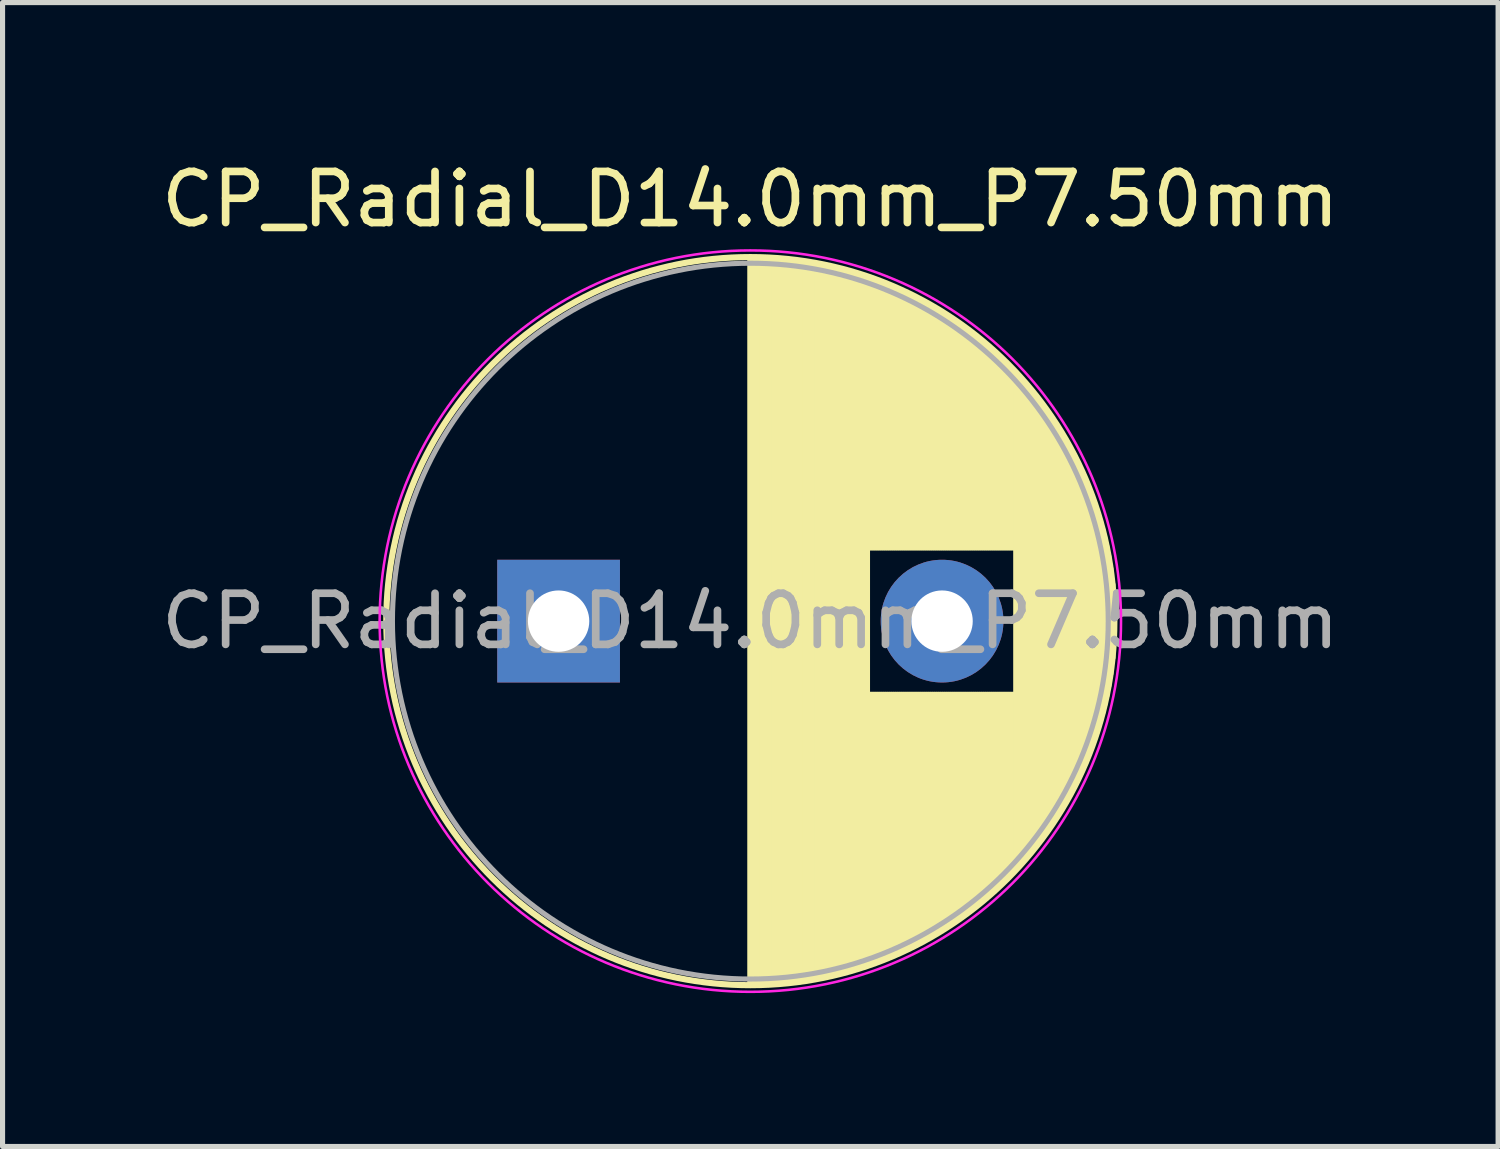
<source format=kicad_pcb>
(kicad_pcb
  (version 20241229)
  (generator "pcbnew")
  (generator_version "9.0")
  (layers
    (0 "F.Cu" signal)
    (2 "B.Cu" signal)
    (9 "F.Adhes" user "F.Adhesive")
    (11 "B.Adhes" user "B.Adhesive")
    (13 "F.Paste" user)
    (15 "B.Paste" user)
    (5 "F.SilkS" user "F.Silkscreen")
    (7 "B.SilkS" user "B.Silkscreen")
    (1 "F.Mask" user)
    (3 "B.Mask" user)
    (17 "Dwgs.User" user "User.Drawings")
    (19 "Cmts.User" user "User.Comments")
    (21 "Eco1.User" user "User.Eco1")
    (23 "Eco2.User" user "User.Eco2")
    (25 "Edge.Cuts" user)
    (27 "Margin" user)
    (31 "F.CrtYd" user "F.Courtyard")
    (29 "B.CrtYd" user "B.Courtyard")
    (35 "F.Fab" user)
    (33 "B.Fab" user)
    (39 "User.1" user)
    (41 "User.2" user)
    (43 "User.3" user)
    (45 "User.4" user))
  (footprint "CP_Radial_D14.0mm_P7.50mm"
    (layer "F.Cu")
    (at 7.875 9.098)
    (property "Reference" "CP_Radial_D14.0mm_P7.50mm" (at 3.75 -8.25 0) (layer "F.SilkS") (effects (font (size 1 1) (thickness 0.15))))
    (attr through_hole)
    (fp_line (start 3.75 -7.08) (end 3.75 7.08) (stroke (width 0.12) (type solid)) (layer "F.SilkS"))
    (fp_line (start 3.79 -7.08) (end 3.79 7.08) (stroke (width 0.12) (type solid)) (layer "F.SilkS"))
    (fp_line (start 3.83 -7.08) (end 3.83 7.08) (stroke (width 0.12) (type solid)) (layer "F.SilkS"))
    (fp_line (start 3.87 -7.079) (end 3.87 7.079) (stroke (width 0.12) (type solid)) (layer "F.SilkS"))
    (fp_line (start 3.91 -7.079) (end 3.91 7.079) (stroke (width 0.12) (type solid)) (layer "F.SilkS"))
    (fp_line (start 3.95 -7.078) (end 3.95 7.078) (stroke (width 0.12) (type solid)) (layer "F.SilkS"))
    (fp_line (start 3.99 -7.076) (end 3.99 7.076) (stroke (width 0.12) (type solid)) (layer "F.SilkS"))
    (fp_line (start 4.03 -7.075) (end 4.03 7.075) (stroke (width 0.12) (type solid)) (layer "F.SilkS"))
    (fp_line (start 4.07 -7.073) (end 4.07 7.073) (stroke (width 0.12) (type solid)) (layer "F.SilkS"))
    (fp_line (start 4.11 -7.071) (end 4.11 7.071) (stroke (width 0.12) (type solid)) (layer "F.SilkS"))
    (fp_line (start 4.15 -7.069) (end 4.15 7.069) (stroke (width 0.12) (type solid)) (layer "F.SilkS"))
    (fp_line (start 4.19 -7.067) (end 4.19 7.067) (stroke (width 0.12) (type solid)) (layer "F.SilkS"))
    (fp_line (start 4.23 -7.064) (end 4.23 7.064) (stroke (width 0.12) (type solid)) (layer "F.SilkS"))
    (fp_line (start 4.27 -7.061) (end 4.27 7.061) (stroke (width 0.12) (type solid)) (layer "F.SilkS"))
    (fp_line (start 4.31 -7.058) (end 4.31 7.058) (stroke (width 0.12) (type solid)) (layer "F.SilkS"))
    (fp_line (start 4.35 -7.055) (end 4.35 7.055) (stroke (width 0.12) (type solid)) (layer "F.SilkS"))
    (fp_line (start 4.39 -7.052) (end 4.39 7.052) (stroke (width 0.12) (type solid)) (layer "F.SilkS"))
    (fp_line (start 4.43 -7.048) (end 4.43 7.048) (stroke (width 0.12) (type solid)) (layer "F.SilkS"))
    (fp_line (start 4.471 -7.044) (end 4.471 7.044) (stroke (width 0.12) (type solid)) (layer "F.SilkS"))
    (fp_line (start 4.511 -7.04) (end 4.511 7.04) (stroke (width 0.12) (type solid)) (layer "F.SilkS"))
    (fp_line (start 4.551 -7.035) (end 4.551 7.035) (stroke (width 0.12) (type solid)) (layer "F.SilkS"))
    (fp_line (start 4.591 -7.031) (end 4.591 7.031) (stroke (width 0.12) (type solid)) (layer "F.SilkS"))
    (fp_line (start 4.631 -7.026) (end 4.631 7.026) (stroke (width 0.12) (type solid)) (layer "F.SilkS"))
    (fp_line (start 4.671 -7.021) (end 4.671 7.021) (stroke (width 0.12) (type solid)) (layer "F.SilkS"))
    (fp_line (start 4.711 -7.015) (end 4.711 7.015) (stroke (width 0.12) (type solid)) (layer "F.SilkS"))
    (fp_line (start 4.751 -7.01) (end 4.751 7.01) (stroke (width 0.12) (type solid)) (layer "F.SilkS"))
    (fp_line (start 4.791 -7.004) (end 4.791 7.004) (stroke (width 0.12) (type solid)) (layer "F.SilkS"))
    (fp_line (start 4.831 -6.998) (end 4.831 6.998) (stroke (width 0.12) (type solid)) (layer "F.SilkS"))
    (fp_line (start 4.871 -6.992) (end 4.871 6.992) (stroke (width 0.12) (type solid)) (layer "F.SilkS"))
    (fp_line (start 4.911 -6.985) (end 4.911 6.985) (stroke (width 0.12) (type solid)) (layer "F.SilkS"))
    (fp_line (start 4.951 -6.979) (end 4.951 6.979) (stroke (width 0.12) (type solid)) (layer "F.SilkS"))
    (fp_line (start 4.991 -6.972) (end 4.991 6.972) (stroke (width 0.12) (type solid)) (layer "F.SilkS"))
    (fp_line (start 5.031 -6.964) (end 5.031 6.964) (stroke (width 0.12) (type solid)) (layer "F.SilkS"))
    (fp_line (start 5.071 -6.957) (end 5.071 6.957) (stroke (width 0.12) (type solid)) (layer "F.SilkS"))
    (fp_line (start 5.111 -6.949) (end 5.111 6.949) (stroke (width 0.12) (type solid)) (layer "F.SilkS"))
    (fp_line (start 5.151 -6.942) (end 5.151 6.942) (stroke (width 0.12) (type solid)) (layer "F.SilkS"))
    (fp_line (start 5.191 -6.933) (end 5.191 6.933) (stroke (width 0.12) (type solid)) (layer "F.SilkS"))
    (fp_line (start 5.231 -6.925) (end 5.231 6.925) (stroke (width 0.12) (type solid)) (layer "F.SilkS"))
    (fp_line (start 5.271 -6.916) (end 5.271 6.916) (stroke (width 0.12) (type solid)) (layer "F.SilkS"))
    (fp_line (start 5.311 -6.907) (end 5.311 6.907) (stroke (width 0.12) (type solid)) (layer "F.SilkS"))
    (fp_line (start 5.351 -6.898) (end 5.351 6.898) (stroke (width 0.12) (type solid)) (layer "F.SilkS"))
    (fp_line (start 5.391 -6.889) (end 5.391 6.889) (stroke (width 0.12) (type solid)) (layer "F.SilkS"))
    (fp_line (start 5.431 -6.879) (end 5.431 6.879) (stroke (width 0.12) (type solid)) (layer "F.SilkS"))
    (fp_line (start 5.471 -6.87) (end 5.471 6.87) (stroke (width 0.12) (type solid)) (layer "F.SilkS"))
    (fp_line (start 5.511 -6.86) (end 5.511 6.86) (stroke (width 0.12) (type solid)) (layer "F.SilkS"))
    (fp_line (start 5.551 -6.849) (end 5.551 6.849) (stroke (width 0.12) (type solid)) (layer "F.SilkS"))
    (fp_line (start 5.591 -6.839) (end 5.591 6.839) (stroke (width 0.12) (type solid)) (layer "F.SilkS"))
    (fp_line (start 5.631 -6.828) (end 5.631 6.828) (stroke (width 0.12) (type solid)) (layer "F.SilkS"))
    (fp_line (start 5.671 -6.817) (end 5.671 6.817) (stroke (width 0.12) (type solid)) (layer "F.SilkS"))
    (fp_line (start 5.711 -6.805) (end 5.711 6.805) (stroke (width 0.12) (type solid)) (layer "F.SilkS"))
    (fp_line (start 5.751 -6.794) (end 5.751 6.794) (stroke (width 0.12) (type solid)) (layer "F.SilkS"))
    (fp_line (start 5.791 -6.782) (end 5.791 6.782) (stroke (width 0.12) (type solid)) (layer "F.SilkS"))
    (fp_line (start 5.831 -6.77) (end 5.831 6.77) (stroke (width 0.12) (type solid)) (layer "F.SilkS"))
    (fp_line (start 5.871 -6.758) (end 5.871 6.758) (stroke (width 0.12) (type solid)) (layer "F.SilkS"))
    (fp_line (start 5.911 -6.745) (end 5.911 6.745) (stroke (width 0.12) (type solid)) (layer "F.SilkS"))
    (fp_line (start 5.951 -6.732) (end 5.951 6.732) (stroke (width 0.12) (type solid)) (layer "F.SilkS"))
    (fp_line (start 5.991 -6.719) (end 5.991 6.719) (stroke (width 0.12) (type solid)) (layer "F.SilkS"))
    (fp_line (start 6.031 -6.706) (end 6.031 6.706) (stroke (width 0.12) (type solid)) (layer "F.SilkS"))
    (fp_line (start 6.071 -6.692) (end 6.071 -1.44) (stroke (width 0.12) (type solid)) (layer "F.SilkS"))
    (fp_line (start 6.071 1.44) (end 6.071 6.692) (stroke (width 0.12) (type solid)) (layer "F.SilkS"))
    (fp_line (start 6.111 -6.678) (end 6.111 -1.44) (stroke (width 0.12) (type solid)) (layer "F.SilkS"))
    (fp_line (start 6.111 1.44) (end 6.111 6.678) (stroke (width 0.12) (type solid)) (layer "F.SilkS"))
    (fp_line (start 6.151 -6.664) (end 6.151 -1.44) (stroke (width 0.12) (type solid)) (layer "F.SilkS"))
    (fp_line (start 6.151 1.44) (end 6.151 6.664) (stroke (width 0.12) (type solid)) (layer "F.SilkS"))
    (fp_line (start 6.191 -6.649) (end 6.191 -1.44) (stroke (width 0.12) (type solid)) (layer "F.SilkS"))
    (fp_line (start 6.191 1.44) (end 6.191 6.649) (stroke (width 0.12) (type solid)) (layer "F.SilkS"))
    (fp_line (start 6.231 -6.635) (end 6.231 -1.44) (stroke (width 0.12) (type solid)) (layer "F.SilkS"))
    (fp_line (start 6.231 1.44) (end 6.231 6.635) (stroke (width 0.12) (type solid)) (layer "F.SilkS"))
    (fp_line (start 6.271 -6.62) (end 6.271 -1.44) (stroke (width 0.12) (type solid)) (layer "F.SilkS"))
    (fp_line (start 6.271 1.44) (end 6.271 6.62) (stroke (width 0.12) (type solid)) (layer "F.SilkS"))
    (fp_line (start 6.311 -6.604) (end 6.311 -1.44) (stroke (width 0.12) (type solid)) (layer "F.SilkS"))
    (fp_line (start 6.311 1.44) (end 6.311 6.604) (stroke (width 0.12) (type solid)) (layer "F.SilkS"))
    (fp_line (start 6.351 -6.589) (end 6.351 -1.44) (stroke (width 0.12) (type solid)) (layer "F.SilkS"))
    (fp_line (start 6.351 1.44) (end 6.351 6.589) (stroke (width 0.12) (type solid)) (layer "F.SilkS"))
    (fp_line (start 6.391 -6.573) (end 6.391 -1.44) (stroke (width 0.12) (type solid)) (layer "F.SilkS"))
    (fp_line (start 6.391 1.44) (end 6.391 6.573) (stroke (width 0.12) (type solid)) (layer "F.SilkS"))
    (fp_line (start 6.431 -6.557) (end 6.431 -1.44) (stroke (width 0.12) (type solid)) (layer "F.SilkS"))
    (fp_line (start 6.431 1.44) (end 6.431 6.557) (stroke (width 0.12) (type solid)) (layer "F.SilkS"))
    (fp_line (start 6.471 -6.54) (end 6.471 -1.44) (stroke (width 0.12) (type solid)) (layer "F.SilkS"))
    (fp_line (start 6.471 1.44) (end 6.471 6.54) (stroke (width 0.12) (type solid)) (layer "F.SilkS"))
    (fp_line (start 6.511 -6.524) (end 6.511 -1.44) (stroke (width 0.12) (type solid)) (layer "F.SilkS"))
    (fp_line (start 6.511 1.44) (end 6.511 6.524) (stroke (width 0.12) (type solid)) (layer "F.SilkS"))
    (fp_line (start 6.551 -6.507) (end 6.551 -1.44) (stroke (width 0.12) (type solid)) (layer "F.SilkS"))
    (fp_line (start 6.551 1.44) (end 6.551 6.507) (stroke (width 0.12) (type solid)) (layer "F.SilkS"))
    (fp_line (start 6.591 -6.49) (end 6.591 -1.44) (stroke (width 0.12) (type solid)) (layer "F.SilkS"))
    (fp_line (start 6.591 1.44) (end 6.591 6.49) (stroke (width 0.12) (type solid)) (layer "F.SilkS"))
    (fp_line (start 6.631 -6.472) (end 6.631 -1.44) (stroke (width 0.12) (type solid)) (layer "F.SilkS"))
    (fp_line (start 6.631 1.44) (end 6.631 6.472) (stroke (width 0.12) (type solid)) (layer "F.SilkS"))
    (fp_line (start 6.671 -6.454) (end 6.671 -1.44) (stroke (width 0.12) (type solid)) (layer "F.SilkS"))
    (fp_line (start 6.671 1.44) (end 6.671 6.454) (stroke (width 0.12) (type solid)) (layer "F.SilkS"))
    (fp_line (start 6.711 -6.436) (end 6.711 -1.44) (stroke (width 0.12) (type solid)) (layer "F.SilkS"))
    (fp_line (start 6.711 1.44) (end 6.711 6.436) (stroke (width 0.12) (type solid)) (layer "F.SilkS"))
    (fp_line (start 6.751 -6.418) (end 6.751 -1.44) (stroke (width 0.12) (type solid)) (layer "F.SilkS"))
    (fp_line (start 6.751 1.44) (end 6.751 6.418) (stroke (width 0.12) (type solid)) (layer "F.SilkS"))
    (fp_line (start 6.791 -6.399) (end 6.791 -1.44) (stroke (width 0.12) (type solid)) (layer "F.SilkS"))
    (fp_line (start 6.791 1.44) (end 6.791 6.399) (stroke (width 0.12) (type solid)) (layer "F.SilkS"))
    (fp_line (start 6.831 -6.38) (end 6.831 -1.44) (stroke (width 0.12) (type solid)) (layer "F.SilkS"))
    (fp_line (start 6.831 1.44) (end 6.831 6.38) (stroke (width 0.12) (type solid)) (layer "F.SilkS"))
    (fp_line (start 6.871 -6.36) (end 6.871 -1.44) (stroke (width 0.12) (type solid)) (layer "F.SilkS"))
    (fp_line (start 6.871 1.44) (end 6.871 6.36) (stroke (width 0.12) (type solid)) (layer "F.SilkS"))
    (fp_line (start 6.911 -6.341) (end 6.911 -1.44) (stroke (width 0.12) (type solid)) (layer "F.SilkS"))
    (fp_line (start 6.911 1.44) (end 6.911 6.341) (stroke (width 0.12) (type solid)) (layer "F.SilkS"))
    (fp_line (start 6.951 -6.321) (end 6.951 -1.44) (stroke (width 0.12) (type solid)) (layer "F.SilkS"))
    (fp_line (start 6.951 1.44) (end 6.951 6.321) (stroke (width 0.12) (type solid)) (layer "F.SilkS"))
    (fp_line (start 6.991 -6.301) (end 6.991 -1.44) (stroke (width 0.12) (type solid)) (layer "F.SilkS"))
    (fp_line (start 6.991 1.44) (end 6.991 6.301) (stroke (width 0.12) (type solid)) (layer "F.SilkS"))
    (fp_line (start 7.031 -6.28) (end 7.031 -1.44) (stroke (width 0.12) (type solid)) (layer "F.SilkS"))
    (fp_line (start 7.031 1.44) (end 7.031 6.28) (stroke (width 0.12) (type solid)) (layer "F.SilkS"))
    (fp_line (start 7.071 -6.259) (end 7.071 -1.44) (stroke (width 0.12) (type solid)) (layer "F.SilkS"))
    (fp_line (start 7.071 1.44) (end 7.071 6.259) (stroke (width 0.12) (type solid)) (layer "F.SilkS"))
    (fp_line (start 7.111 -6.238) (end 7.111 -1.44) (stroke (width 0.12) (type solid)) (layer "F.SilkS"))
    (fp_line (start 7.111 1.44) (end 7.111 6.238) (stroke (width 0.12) (type solid)) (layer "F.SilkS"))
    (fp_line (start 7.151 -6.216) (end 7.151 -1.44) (stroke (width 0.12) (type solid)) (layer "F.SilkS"))
    (fp_line (start 7.151 1.44) (end 7.151 6.216) (stroke (width 0.12) (type solid)) (layer "F.SilkS"))
    (fp_line (start 7.191 -6.194) (end 7.191 -1.44) (stroke (width 0.12) (type solid)) (layer "F.SilkS"))
    (fp_line (start 7.191 1.44) (end 7.191 6.194) (stroke (width 0.12) (type solid)) (layer "F.SilkS"))
    (fp_line (start 7.231 -6.172) (end 7.231 -1.44) (stroke (width 0.12) (type solid)) (layer "F.SilkS"))
    (fp_line (start 7.231 1.44) (end 7.231 6.172) (stroke (width 0.12) (type solid)) (layer "F.SilkS"))
    (fp_line (start 7.271 -6.15) (end 7.271 -1.44) (stroke (width 0.12) (type solid)) (layer "F.SilkS"))
    (fp_line (start 7.271 1.44) (end 7.271 6.15) (stroke (width 0.12) (type solid)) (layer "F.SilkS"))
    (fp_line (start 7.311 -6.127) (end 7.311 -1.44) (stroke (width 0.12) (type solid)) (layer "F.SilkS"))
    (fp_line (start 7.311 1.44) (end 7.311 6.127) (stroke (width 0.12) (type solid)) (layer "F.SilkS"))
    (fp_line (start 7.351 -6.103) (end 7.351 -1.44) (stroke (width 0.12) (type solid)) (layer "F.SilkS"))
    (fp_line (start 7.351 1.44) (end 7.351 6.103) (stroke (width 0.12) (type solid)) (layer "F.SilkS"))
    (fp_line (start 7.391 -6.08) (end 7.391 -1.44) (stroke (width 0.12) (type solid)) (layer "F.SilkS"))
    (fp_line (start 7.391 1.44) (end 7.391 6.08) (stroke (width 0.12) (type solid)) (layer "F.SilkS"))
    (fp_line (start 7.431 -6.056) (end 7.431 -1.44) (stroke (width 0.12) (type solid)) (layer "F.SilkS"))
    (fp_line (start 7.431 1.44) (end 7.431 6.056) (stroke (width 0.12) (type solid)) (layer "F.SilkS"))
    (fp_line (start 7.471 -6.031) (end 7.471 -1.44) (stroke (width 0.12) (type solid)) (layer "F.SilkS"))
    (fp_line (start 7.471 1.44) (end 7.471 6.031) (stroke (width 0.12) (type solid)) (layer "F.SilkS"))
    (fp_line (start 7.511 -6.007) (end 7.511 -1.44) (stroke (width 0.12) (type solid)) (layer "F.SilkS"))
    (fp_line (start 7.511 1.44) (end 7.511 6.007) (stroke (width 0.12) (type solid)) (layer "F.SilkS"))
    (fp_line (start 7.551 -5.982) (end 7.551 -1.44) (stroke (width 0.12) (type solid)) (layer "F.SilkS"))
    (fp_line (start 7.551 1.44) (end 7.551 5.982) (stroke (width 0.12) (type solid)) (layer "F.SilkS"))
    (fp_line (start 7.591 -5.956) (end 7.591 -1.44) (stroke (width 0.12) (type solid)) (layer "F.SilkS"))
    (fp_line (start 7.591 1.44) (end 7.591 5.956) (stroke (width 0.12) (type solid)) (layer "F.SilkS"))
    (fp_line (start 7.631 -5.93) (end 7.631 -1.44) (stroke (width 0.12) (type solid)) (layer "F.SilkS"))
    (fp_line (start 7.631 1.44) (end 7.631 5.93) (stroke (width 0.12) (type solid)) (layer "F.SilkS"))
    (fp_line (start 7.671 -5.904) (end 7.671 -1.44) (stroke (width 0.12) (type solid)) (layer "F.SilkS"))
    (fp_line (start 7.671 1.44) (end 7.671 5.904) (stroke (width 0.12) (type solid)) (layer "F.SilkS"))
    (fp_line (start 7.711 -5.878) (end 7.711 -1.44) (stroke (width 0.12) (type solid)) (layer "F.SilkS"))
    (fp_line (start 7.711 1.44) (end 7.711 5.878) (stroke (width 0.12) (type solid)) (layer "F.SilkS"))
    (fp_line (start 7.751 -5.851) (end 7.751 -1.44) (stroke (width 0.12) (type solid)) (layer "F.SilkS"))
    (fp_line (start 7.751 1.44) (end 7.751 5.851) (stroke (width 0.12) (type solid)) (layer "F.SilkS"))
    (fp_line (start 7.791 -5.823) (end 7.791 -1.44) (stroke (width 0.12) (type solid)) (layer "F.SilkS"))
    (fp_line (start 7.791 1.44) (end 7.791 5.823) (stroke (width 0.12) (type solid)) (layer "F.SilkS"))
    (fp_line (start 7.831 -5.796) (end 7.831 -1.44) (stroke (width 0.12) (type solid)) (layer "F.SilkS"))
    (fp_line (start 7.831 1.44) (end 7.831 5.796) (stroke (width 0.12) (type solid)) (layer "F.SilkS"))
    (fp_line (start 7.871 -5.767) (end 7.871 -1.44) (stroke (width 0.12) (type solid)) (layer "F.SilkS"))
    (fp_line (start 7.871 1.44) (end 7.871 5.767) (stroke (width 0.12) (type solid)) (layer "F.SilkS"))
    (fp_line (start 7.911 -5.739) (end 7.911 -1.44) (stroke (width 0.12) (type solid)) (layer "F.SilkS"))
    (fp_line (start 7.911 1.44) (end 7.911 5.739) (stroke (width 0.12) (type solid)) (layer "F.SilkS"))
    (fp_line (start 7.951 -5.71) (end 7.951 -1.44) (stroke (width 0.12) (type solid)) (layer "F.SilkS"))
    (fp_line (start 7.951 1.44) (end 7.951 5.71) (stroke (width 0.12) (type solid)) (layer "F.SilkS"))
    (fp_line (start 7.991 -5.68) (end 7.991 -1.44) (stroke (width 0.12) (type solid)) (layer "F.SilkS"))
    (fp_line (start 7.991 1.44) (end 7.991 5.68) (stroke (width 0.12) (type solid)) (layer "F.SilkS"))
    (fp_line (start 8.031 -5.65) (end 8.031 -1.44) (stroke (width 0.12) (type solid)) (layer "F.SilkS"))
    (fp_line (start 8.031 1.44) (end 8.031 5.65) (stroke (width 0.12) (type solid)) (layer "F.SilkS"))
    (fp_line (start 8.071 -5.62) (end 8.071 -1.44) (stroke (width 0.12) (type solid)) (layer "F.SilkS"))
    (fp_line (start 8.071 1.44) (end 8.071 5.62) (stroke (width 0.12) (type solid)) (layer "F.SilkS"))
    (fp_line (start 8.111 -5.589) (end 8.111 -1.44) (stroke (width 0.12) (type solid)) (layer "F.SilkS"))
    (fp_line (start 8.111 1.44) (end 8.111 5.589) (stroke (width 0.12) (type solid)) (layer "F.SilkS"))
    (fp_line (start 8.151 -5.558) (end 8.151 -1.44) (stroke (width 0.12) (type solid)) (layer "F.SilkS"))
    (fp_line (start 8.151 1.44) (end 8.151 5.558) (stroke (width 0.12) (type solid)) (layer "F.SilkS"))
    (fp_line (start 8.191 -5.527) (end 8.191 -1.44) (stroke (width 0.12) (type solid)) (layer "F.SilkS"))
    (fp_line (start 8.191 1.44) (end 8.191 5.527) (stroke (width 0.12) (type solid)) (layer "F.SilkS"))
    (fp_line (start 8.231 -5.494) (end 8.231 -1.44) (stroke (width 0.12) (type solid)) (layer "F.SilkS"))
    (fp_line (start 8.231 1.44) (end 8.231 5.494) (stroke (width 0.12) (type solid)) (layer "F.SilkS"))
    (fp_line (start 8.271 -5.462) (end 8.271 -1.44) (stroke (width 0.12) (type solid)) (layer "F.SilkS"))
    (fp_line (start 8.271 1.44) (end 8.271 5.462) (stroke (width 0.12) (type solid)) (layer "F.SilkS"))
    (fp_line (start 8.311 -5.429) (end 8.311 -1.44) (stroke (width 0.12) (type solid)) (layer "F.SilkS"))
    (fp_line (start 8.311 1.44) (end 8.311 5.429) (stroke (width 0.12) (type solid)) (layer "F.SilkS"))
    (fp_line (start 8.351 -5.395) (end 8.351 -1.44) (stroke (width 0.12) (type solid)) (layer "F.SilkS"))
    (fp_line (start 8.351 1.44) (end 8.351 5.395) (stroke (width 0.12) (type solid)) (layer "F.SilkS"))
    (fp_line (start 8.391 -5.361) (end 8.391 -1.44) (stroke (width 0.12) (type solid)) (layer "F.SilkS"))
    (fp_line (start 8.391 1.44) (end 8.391 5.361) (stroke (width 0.12) (type solid)) (layer "F.SilkS"))
    (fp_line (start 8.431 -5.326) (end 8.431 -1.44) (stroke (width 0.12) (type solid)) (layer "F.SilkS"))
    (fp_line (start 8.431 1.44) (end 8.431 5.326) (stroke (width 0.12) (type solid)) (layer "F.SilkS"))
    (fp_line (start 8.471 -5.291) (end 8.471 -1.44) (stroke (width 0.12) (type solid)) (layer "F.SilkS"))
    (fp_line (start 8.471 1.44) (end 8.471 5.291) (stroke (width 0.12) (type solid)) (layer "F.SilkS"))
    (fp_line (start 8.511 -5.255) (end 8.511 -1.44) (stroke (width 0.12) (type solid)) (layer "F.SilkS"))
    (fp_line (start 8.511 1.44) (end 8.511 5.255) (stroke (width 0.12) (type solid)) (layer "F.SilkS"))
    (fp_line (start 8.551 -5.219) (end 8.551 -1.44) (stroke (width 0.12) (type solid)) (layer "F.SilkS"))
    (fp_line (start 8.551 1.44) (end 8.551 5.219) (stroke (width 0.12) (type solid)) (layer "F.SilkS"))
    (fp_line (start 8.591 -5.182) (end 8.591 -1.44) (stroke (width 0.12) (type solid)) (layer "F.SilkS"))
    (fp_line (start 8.591 1.44) (end 8.591 5.182) (stroke (width 0.12) (type solid)) (layer "F.SilkS"))
    (fp_line (start 8.631 -5.145) (end 8.631 -1.44) (stroke (width 0.12) (type solid)) (layer "F.SilkS"))
    (fp_line (start 8.631 1.44) (end 8.631 5.145) (stroke (width 0.12) (type solid)) (layer "F.SilkS"))
    (fp_line (start 8.671 -5.107) (end 8.671 -1.44) (stroke (width 0.12) (type solid)) (layer "F.SilkS"))
    (fp_line (start 8.671 1.44) (end 8.671 5.107) (stroke (width 0.12) (type solid)) (layer "F.SilkS"))
    (fp_line (start 8.711 -5.069) (end 8.711 -1.44) (stroke (width 0.12) (type solid)) (layer "F.SilkS"))
    (fp_line (start 8.711 1.44) (end 8.711 5.069) (stroke (width 0.12) (type solid)) (layer "F.SilkS"))
    (fp_line (start 8.751 -5.029) (end 8.751 -1.44) (stroke (width 0.12) (type solid)) (layer "F.SilkS"))
    (fp_line (start 8.751 1.44) (end 8.751 5.029) (stroke (width 0.12) (type solid)) (layer "F.SilkS"))
    (fp_line (start 8.791 -4.99) (end 8.791 -1.44) (stroke (width 0.12) (type solid)) (layer "F.SilkS"))
    (fp_line (start 8.791 1.44) (end 8.791 4.99) (stroke (width 0.12) (type solid)) (layer "F.SilkS"))
    (fp_line (start 8.831 -4.949) (end 8.831 -1.44) (stroke (width 0.12) (type solid)) (layer "F.SilkS"))
    (fp_line (start 8.831 1.44) (end 8.831 4.949) (stroke (width 0.12) (type solid)) (layer "F.SilkS"))
    (fp_line (start 8.871 -4.908) (end 8.871 -1.44) (stroke (width 0.12) (type solid)) (layer "F.SilkS"))
    (fp_line (start 8.871 1.44) (end 8.871 4.908) (stroke (width 0.12) (type solid)) (layer "F.SilkS"))
    (fp_line (start 8.911 -4.866) (end 8.911 -1.44) (stroke (width 0.12) (type solid)) (layer "F.SilkS"))
    (fp_line (start 8.911 1.44) (end 8.911 4.866) (stroke (width 0.12) (type solid)) (layer "F.SilkS"))
    (fp_line (start 8.951 -4.824) (end 8.951 4.824) (stroke (width 0.12) (type solid)) (layer "F.SilkS"))
    (fp_line (start 8.991 -4.781) (end 8.991 4.781) (stroke (width 0.12) (type solid)) (layer "F.SilkS"))
    (fp_line (start 9.031 -4.737) (end 9.031 4.737) (stroke (width 0.12) (type solid)) (layer "F.SilkS"))
    (fp_line (start 9.071 -4.693) (end 9.071 4.693) (stroke (width 0.12) (type solid)) (layer "F.SilkS"))
    (fp_line (start 9.111 -4.647) (end 9.111 4.647) (stroke (width 0.12) (type solid)) (layer "F.SilkS"))
    (fp_line (start 9.151 -4.601) (end 9.151 4.601) (stroke (width 0.12) (type solid)) (layer "F.SilkS"))
    (fp_line (start 9.191 -4.554) (end 9.191 4.554) (stroke (width 0.12) (type solid)) (layer "F.SilkS"))
    (fp_line (start 9.231 -4.506) (end 9.231 4.506) (stroke (width 0.12) (type solid)) (layer "F.SilkS"))
    (fp_line (start 9.271 -4.458) (end 9.271 4.458) (stroke (width 0.12) (type solid)) (layer "F.SilkS"))
    (fp_line (start 9.311 -4.408) (end 9.311 4.408) (stroke (width 0.12) (type solid)) (layer "F.SilkS"))
    (fp_line (start 9.351 -4.358) (end 9.351 4.358) (stroke (width 0.12) (type solid)) (layer "F.SilkS"))
    (fp_line (start 9.391 -4.306) (end 9.391 4.306) (stroke (width 0.12) (type solid)) (layer "F.SilkS"))
    (fp_line (start 9.431 -4.254) (end 9.431 4.254) (stroke (width 0.12) (type solid)) (layer "F.SilkS"))
    (fp_line (start 9.471 -4.2) (end 9.471 4.2) (stroke (width 0.12) (type solid)) (layer "F.SilkS"))
    (fp_line (start 9.511 -4.146) (end 9.511 4.146) (stroke (width 0.12) (type solid)) (layer "F.SilkS"))
    (fp_line (start 9.551 -4.09) (end 9.551 4.09) (stroke (width 0.12) (type solid)) (layer "F.SilkS"))
    (fp_line (start 9.591 -4.033) (end 9.591 4.033) (stroke (width 0.12) (type solid)) (layer "F.SilkS"))
    (fp_line (start 9.631 -3.975) (end 9.631 3.975) (stroke (width 0.12) (type solid)) (layer "F.SilkS"))
    (fp_line (start 9.671 -3.916) (end 9.671 3.916) (stroke (width 0.12) (type solid)) (layer "F.SilkS"))
    (fp_line (start 9.711 -3.856) (end 9.711 3.856) (stroke (width 0.12) (type solid)) (layer "F.SilkS"))
    (fp_line (start 9.751 -3.794) (end 9.751 3.794) (stroke (width 0.12) (type solid)) (layer "F.SilkS"))
    (fp_line (start 9.791 -3.73) (end 9.791 3.73) (stroke (width 0.12) (type solid)) (layer "F.SilkS"))
    (fp_line (start 9.831 -3.666) (end 9.831 3.666) (stroke (width 0.12) (type solid)) (layer "F.SilkS"))
    (fp_line (start 9.871 -3.599) (end 9.871 3.599) (stroke (width 0.12) (type solid)) (layer "F.SilkS"))
    (fp_line (start 9.911 -3.531) (end 9.911 3.531) (stroke (width 0.12) (type solid)) (layer "F.SilkS"))
    (fp_line (start 9.951 -3.461) (end 9.951 3.461) (stroke (width 0.12) (type solid)) (layer "F.SilkS"))
    (fp_line (start 9.991 -3.389) (end 9.991 3.389) (stroke (width 0.12) (type solid)) (layer "F.SilkS"))
    (fp_line (start 10.031 -3.315) (end 10.031 3.315) (stroke (width 0.12) (type solid)) (layer "F.SilkS"))
    (fp_line (start 10.071 -3.24) (end 10.071 3.24) (stroke (width 0.12) (type solid)) (layer "F.SilkS"))
    (fp_line (start 10.111 -3.161) (end 10.111 3.161) (stroke (width 0.12) (type solid)) (layer "F.SilkS"))
    (fp_line (start 10.151 -3.08) (end 10.151 3.08) (stroke (width 0.12) (type solid)) (layer "F.SilkS"))
    (fp_line (start 10.191 -2.997) (end 10.191 2.997) (stroke (width 0.12) (type solid)) (layer "F.SilkS"))
    (fp_line (start 10.231 -2.911) (end 10.231 2.911) (stroke (width 0.12) (type solid)) (layer "F.SilkS"))
    (fp_line (start 10.271 -2.821) (end 10.271 2.821) (stroke (width 0.12) (type solid)) (layer "F.SilkS"))
    (fp_line (start 10.311 -2.728) (end 10.311 2.728) (stroke (width 0.12) (type solid)) (layer "F.SilkS"))
    (fp_line (start 10.351 -2.632) (end 10.351 2.632) (stroke (width 0.12) (type solid)) (layer "F.SilkS"))
    (fp_line (start 10.391 -2.53) (end 10.391 2.53) (stroke (width 0.12) (type solid)) (layer "F.SilkS"))
    (fp_line (start 10.431 -2.425) (end 10.431 2.425) (stroke (width 0.12) (type solid)) (layer "F.SilkS"))
    (fp_line (start 10.471 -2.313) (end 10.471 2.313) (stroke (width 0.12) (type solid)) (layer "F.SilkS"))
    (fp_line (start 10.511 -2.196) (end 10.511 2.196) (stroke (width 0.12) (type solid)) (layer "F.SilkS"))
    (fp_line (start 10.551 -2.071) (end 10.551 2.071) (stroke (width 0.12) (type solid)) (layer "F.SilkS"))
    (fp_line (start 10.591 -1.938) (end 10.591 1.938) (stroke (width 0.12) (type solid)) (layer "F.SilkS"))
    (fp_line (start 10.631 -1.794) (end 10.631 1.794) (stroke (width 0.12) (type solid)) (layer "F.SilkS"))
    (fp_line (start 10.671 -1.636) (end 10.671 1.636) (stroke (width 0.12) (type solid)) (layer "F.SilkS"))
    (fp_line (start 10.711 -1.461) (end 10.711 1.461) (stroke (width 0.12) (type solid)) (layer "F.SilkS"))
    (fp_line (start 10.751 -1.262) (end 10.751 1.262) (stroke (width 0.12) (type solid)) (layer "F.SilkS"))
    (fp_line (start 10.791 -1.025) (end 10.791 1.025) (stroke (width 0.12) (type solid)) (layer "F.SilkS"))
    (fp_line (start 10.831 -0.714) (end 10.831 0.714) (stroke (width 0.12) (type solid)) (layer "F.SilkS"))
    (fp_circle (center 3.75 0) (end 10.87 0) (stroke (width 0.12) (type solid)) (fill no) (layer "F.SilkS"))
    (fp_circle (center 3.75 0) (end 11 0) (stroke (width 0.05) (type solid)) (fill no) (layer "F.CrtYd"))
    (fp_circle (center 3.75 0) (end 10.75 0) (stroke (width 0.1) (type solid)) (fill no) (layer "F.Fab"))
    (fp_text user "${REFERENCE}" (at 3.75 0 0) (layer "F.Fab") (effects (font (size 1 1) (thickness 0.15))))
    (pad "1" thru_hole rect (at 0 0) (size 2.4 2.4) (drill 1.2) (layers "*.Cu" "*.Mask"))
    (pad "2" thru_hole circle (at 7.5 0) (size 2.4 2.4) (drill 1.2) (layers "*.Cu" "*.Mask")))
  (gr_rect
    (start -3 -3)
    (end 26.25 19.373)
    (stroke (width 0.1) (type default))
    (fill no)
    (layer "Edge.Cuts")))
</source>
